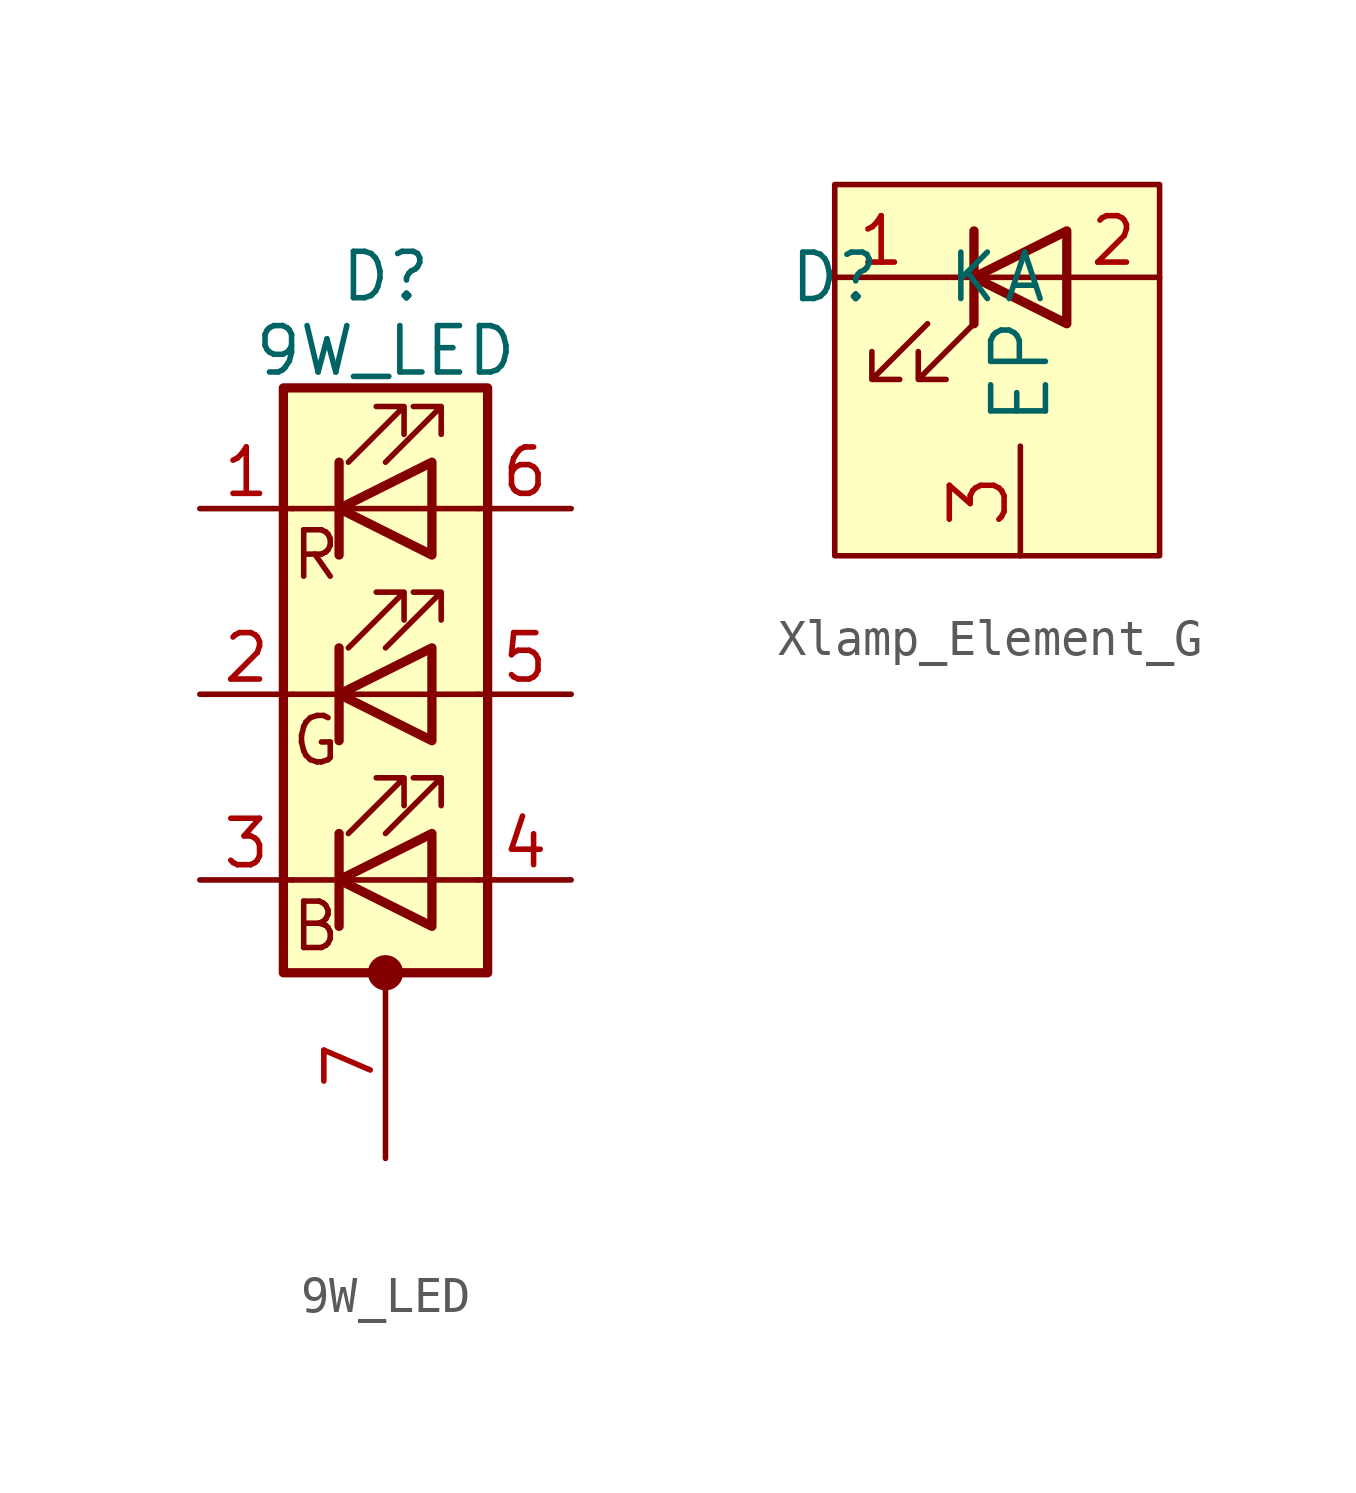
<source format=kicad_sym>
(kicad_symbol_lib
  (version 20220914)
  (generator kicad_symbol_editor)
  (symbol "9W_LED"
    (pin_names
      (offset 0) hide)
    (property "Reference" "D"
      (at 0 11.43 0)
      (effects (font (size 1.27 1.27))))
    (property "Value" "9W_LED"
      (at 0 9.398 0)
      (effects (font (size 1.27 1.27))))
    (symbol "9W_LED_0_0"
      (text "B" (at -1.905 -6.35 0) (effects (font (size 1.27 1.27))))
      (text "G" (at -1.905 -1.27 0) (effects (font (size 1.27 1.27))))
      (text "R" (at -1.905 3.81 0) (effects (font (size 1.27 1.27)))))
    (symbol "9W_LED_0_1"
      (circle (center 0 -7.62) (radius 0.356) (stroke (width 0.254) (type default)) (fill (type outline)))
      (polyline (pts (xy -1.27 -5.08) (xy -2.54 -5.08)) (stroke (width 0) (type default)) (fill (type none)))
      (polyline (pts (xy -1.27 -3.81) (xy -1.27 -6.35)) (stroke (width 0.254) (type default)) (fill (type none)))
      (polyline (pts (xy -1.27 0) (xy -2.54 0)) (stroke (width 0) (type default)) (fill (type none)))
      (polyline (pts (xy -1.27 1.27) (xy -1.27 -1.27)) (stroke (width 0.254) (type default)) (fill (type none)))
      (polyline (pts (xy -1.27 5.08) (xy -2.54 5.08)) (stroke (width 0) (type default)) (fill (type none)))
      (polyline (pts (xy -1.27 5.08) (xy 1.27 5.08)) (stroke (width 0) (type default)) (fill (type none)))
      (polyline (pts (xy -1.27 6.35) (xy -1.27 3.81)) (stroke (width 0.254) (type default)) (fill (type none)))
      (polyline (pts (xy -1.016 0) (xy 1.27 0)) (stroke (width 0) (type default)) (fill (type none)))
      (polyline (pts (xy 1.27 -5.08) (xy -1.27 -5.08)) (stroke (width 0) (type default)) (fill (type none)))
      (polyline (pts (xy 1.27 -5.08) (xy 2.54 -5.08)) (stroke (width 0) (type default)) (fill (type none)))
      (polyline (pts (xy 1.27 5.08) (xy 2.54 5.08)) (stroke (width 0) (type default)) (fill (type none)))
      (polyline (pts (xy 2.54 0) (xy 1.27 0)) (stroke (width 0) (type default)) (fill (type none)))
      (polyline (pts (xy -1.27 1.27) (xy -1.27 -1.27) (xy -1.27 -1.27)) (stroke (width 0) (type default)) (fill (type none)))
      (polyline (pts (xy -1.27 6.35) (xy -1.27 3.81) (xy -1.27 3.81)) (stroke (width 0) (type default)) (fill (type none)))
      (polyline (pts (xy 1.27 -3.81) (xy 1.27 -6.35) (xy -1.27 -5.08) (xy 1.27 -3.81)) (stroke (width 0.254) (type default)) (fill (type none)))
      (polyline (pts (xy 1.27 1.27) (xy 1.27 -1.27) (xy -1.27 0) (xy 1.27 1.27)) (stroke (width 0.254) (type default)) (fill (type none)))
      (polyline (pts (xy 1.27 6.35) (xy 1.27 3.81) (xy -1.27 5.08) (xy 1.27 6.35)) (stroke (width 0.254) (type default)) (fill (type none)))
      (polyline (pts (xy -1.016 -3.81) (xy 0.508 -2.286) (xy -0.254 -2.286) (xy 0.508 -2.286) (xy 0.508 -3.048)) (stroke (width 0) (type default)) (fill (type none)))
      (polyline (pts (xy -1.016 1.27) (xy 0.508 2.794) (xy -0.254 2.794) (xy 0.508 2.794) (xy 0.508 2.032)) (stroke (width 0) (type default)) (fill (type none)))
      (polyline (pts (xy -1.016 6.35) (xy 0.508 7.874) (xy -0.254 7.874) (xy 0.508 7.874) (xy 0.508 7.112)) (stroke (width 0) (type default)) (fill (type none)))
      (polyline (pts (xy 0 -3.81) (xy 1.524 -2.286) (xy 0.762 -2.286) (xy 1.524 -2.286) (xy 1.524 -3.048)) (stroke (width 0) (type default)) (fill (type none)))
      (polyline (pts (xy 0 1.27) (xy 1.524 2.794) (xy 0.762 2.794) (xy 1.524 2.794) (xy 1.524 2.032)) (stroke (width 0) (type default)) (fill (type none)))
      (polyline (pts (xy 0 6.35) (xy 1.524 7.874) (xy 0.762 7.874) (xy 1.524 7.874) (xy 1.524 7.112)) (stroke (width 0) (type default)) (fill (type none)))
      (rectangle (start 1.27 -1.27) (end 1.27 1.27) (stroke (width 0) (type default)) (fill (type none)))
      (rectangle (start 1.27 1.27) (end 1.27 1.27) (stroke (width 0) (type default)) (fill (type none)))
      (rectangle (start 1.27 3.81) (end 1.27 6.35) (stroke (width 0) (type default)) (fill (type none)))
      (rectangle (start 1.27 6.35) (end 1.27 6.35) (stroke (width 0) (type default)) (fill (type none)))
      (rectangle (start 2.794 8.382) (end -2.794 -7.62) (stroke (width 0.254) (type default)) (fill (type background))))
    (symbol "9W_LED_1_1"
      (pin passive line (at -5.08 5.08 0) (length 2.54) (name "RK" (effects (font (size 1.27 1.27)))) (number "1" (effects (font (size 1.27 1.27)))))
      (pin passive line (at -5.08 0 0) (length 2.54) (name "GK" (effects (font (size 1.27 1.27)))) (number "2" (effects (font (size 1.27 1.27)))))
      (pin passive line (at -5.08 -5.08 0) (length 2.54) (name "BK" (effects (font (size 1.27 1.27)))) (number "3" (effects (font (size 1.27 1.27)))))
      (pin passive line (at 5.08 -5.08 180) (length 2.54) (name "BA" (effects (font (size 1.27 1.27)))) (number "4" (effects (font (size 1.27 1.27)))))
      (pin passive line (at 5.08 0 180) (length 2.54) (name "GA" (effects (font (size 1.27 1.27)))) (number "5" (effects (font (size 1.27 1.27)))))
      (pin passive line (at 5.08 5.08 180) (length 2.54) (name "RA" (effects (font (size 1.27 1.27)))) (number "6" (effects (font (size 1.27 1.27)))))
      (pin passive line (at 0 -12.7 90) (length 5.08) (name "PAD" (effects (font (size 1.27 1.27)))) (number "7" (effects (font (size 1.27 1.27)))))))
  (symbol "Xlamp_Element_G"
    (property "Reference" "D"
      (at 0 0 0)
      (effects (font (size 1.27 1.27))))
    (property "Value" ""
      (at 0 0 0)
      (effects (font (size 1.27 1.27))))
    (symbol "Xlamp_Element_G_0_1"
      (polyline (pts (xy 2.573 0) (xy 6.35 0)) (stroke (width 0) (type default)) (fill (type none)))
      (polyline (pts (xy 3.81 -1.27) (xy 3.81 1.27)) (stroke (width 0.254) (type default)) (fill (type none)))
      (polyline (pts (xy 6.35 -1.27) (xy 6.35 1.27) (xy 3.81 0) (xy 6.35 -1.27)) (stroke (width 0.254) (type default)) (fill (type none)))
      (polyline (pts (xy 2.54 -1.27) (xy 1.016 -2.794) (xy 1.778 -2.794) (xy 1.016 -2.794) (xy 1.016 -2.032)) (stroke (width 0) (type default)) (fill (type none)))
      (polyline (pts (xy 3.81 -1.27) (xy 2.286 -2.794) (xy 3.048 -2.794) (xy 2.286 -2.794) (xy 2.286 -2.032)) (stroke (width 0) (type default)) (fill (type none)))
      (rectangle (start 0 2.54) (end 8.89 -7.62) (stroke (width 0) (type default)) (fill (type background))))
    (symbol "Xlamp_Element_G_1_1"
      (pin passive line (at 0 0 0) (length 2.54) (name "K" (effects (font (size 1.27 1.27)))) (number "1" (effects (font (size 1.27 1.27)))))
      (pin passive line (at 8.89 0 180) (length 2.54) (name "A" (effects (font (size 1.27 1.27)))) (number "2" (effects (font (size 1.27 1.27)))))
      (pin power_in line (at 5.08 -7.62 90) (length 3) (name "EP" (effects (font (size 1.499 1.499)))) (number "3" (effects (font (size 1.499 1.499))))))))
</source>
